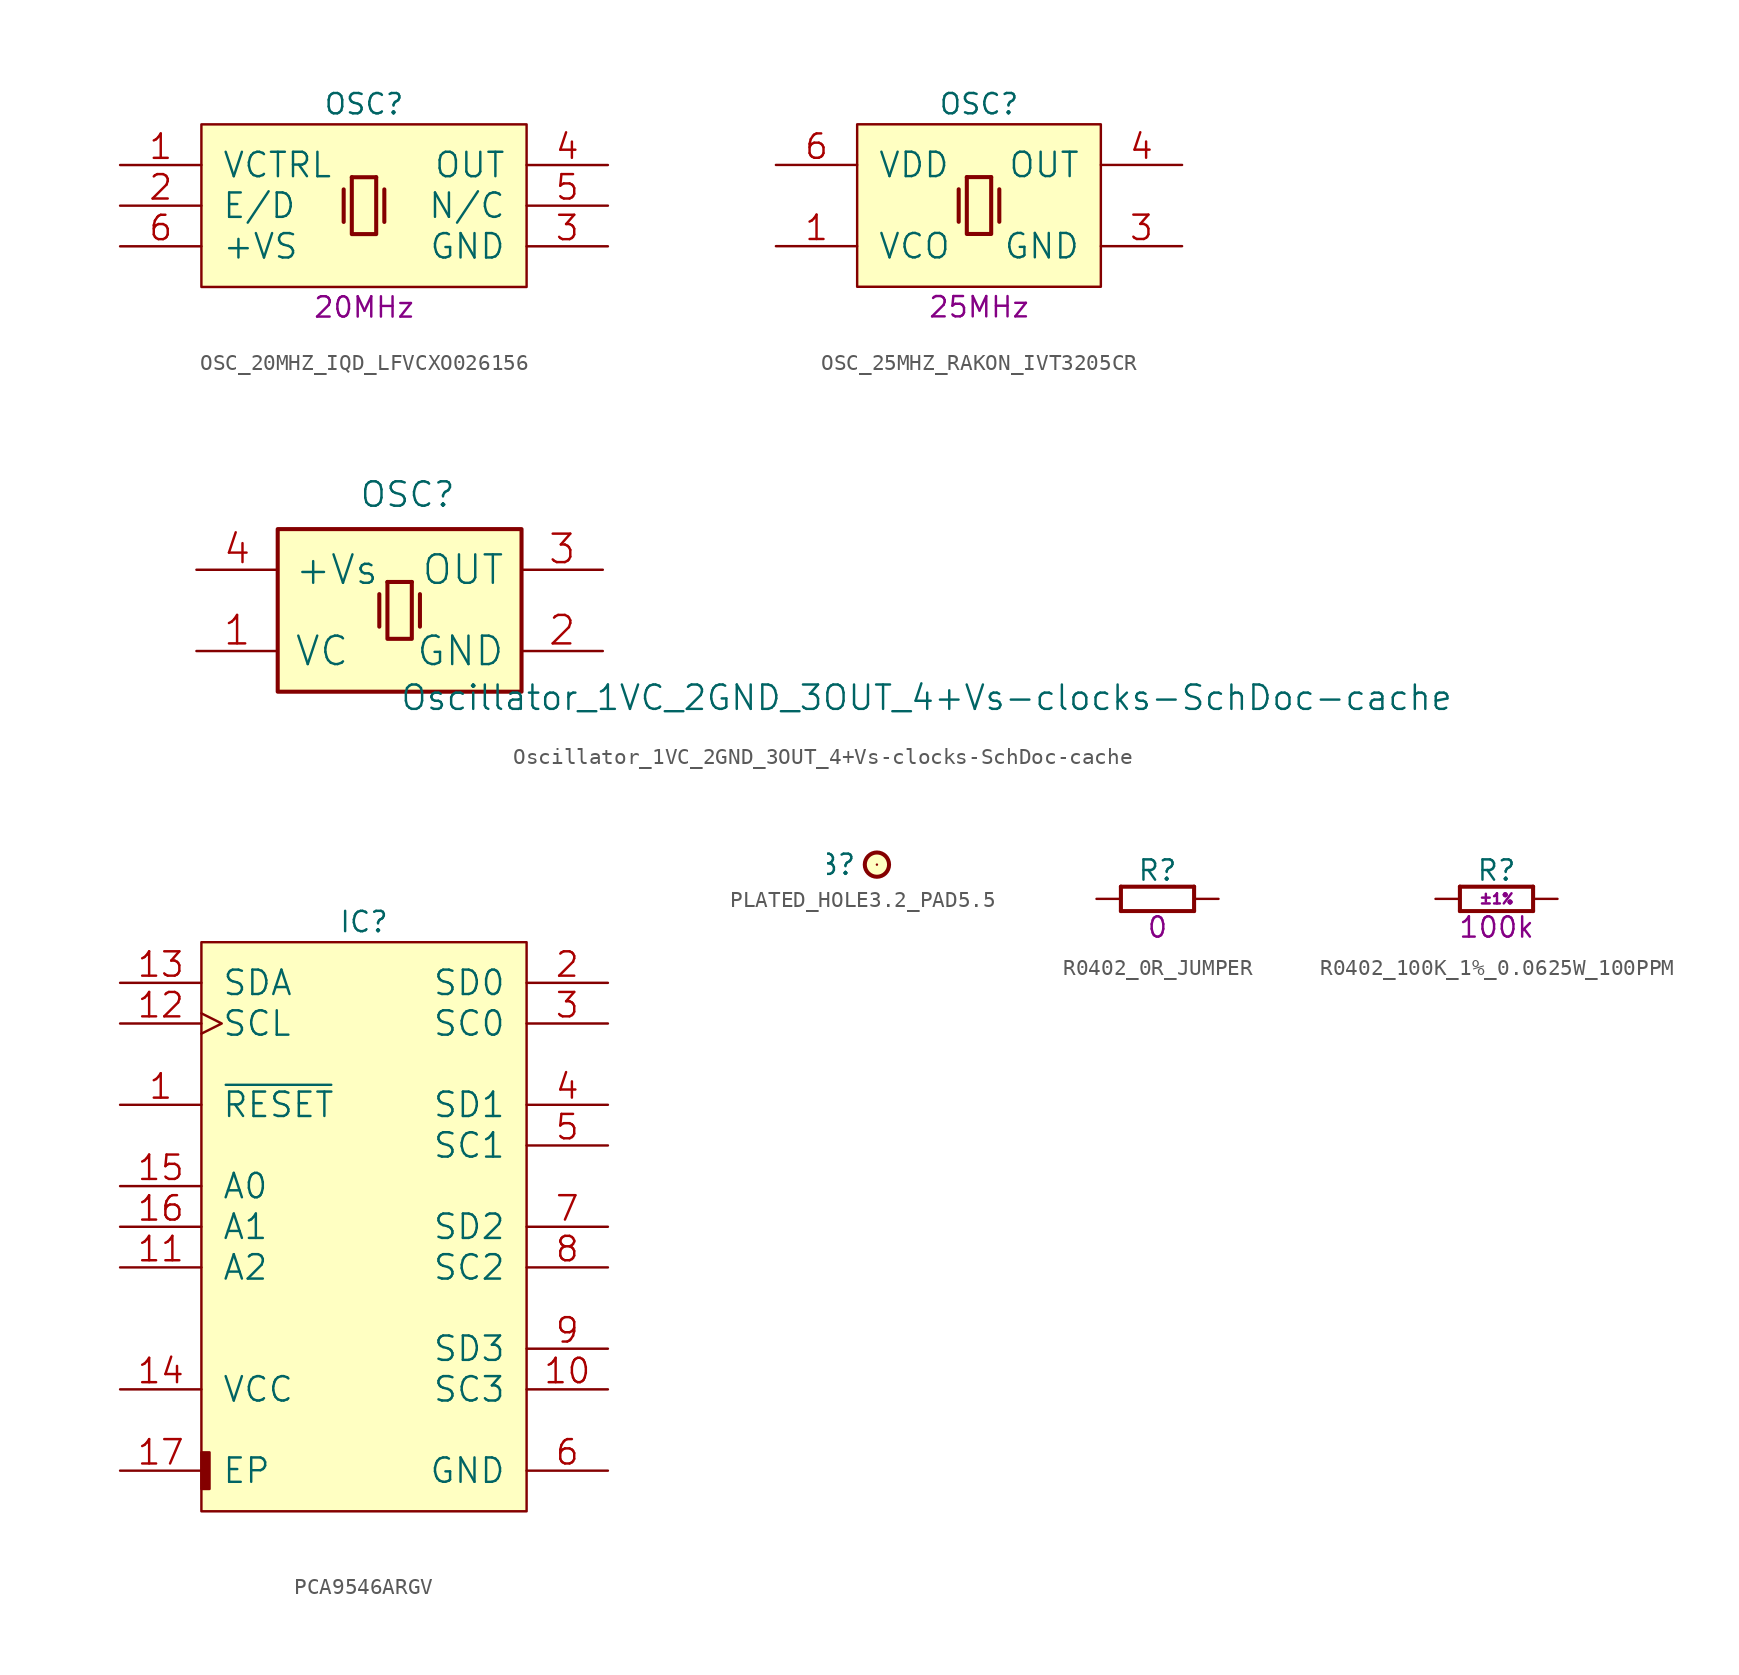
<source format=kicad_sym>
(kicad_symbol_lib
  (version 20241209)
  (generator "kicad_symbol_editor")
  (generator_version "9.0")
  (symbol "OSC_20MHZ_IQD_LFVCXO026156"
    (pin_names
      (offset 1.27))
    (property "Reference" "OSC"
      (at 10.16 1.27 0)
      (effects (font (size 1.27 1.27))))
    (property "Val" "20MHz"
      (at 10.16 -11.43 0)
      (effects (font (size 1.27 1.27))))
    (property "ki_locked" ""
      (at 0 0 0)
      (effects (font (size 1.27 1.27))))
    (symbol "OSC_20MHZ_IQD_LFVCXO026156_0_1"
      (rectangle (start 0 -10.16) (end 20.32 0) (stroke (width 0) (type default)) (fill (type background)))
      (polyline (pts (xy 8.89 -4.064) (xy 8.89 -6.096)) (stroke (width 0.254) (type default)) (fill (type none)))
      (polyline (pts (xy 9.398 -3.302) (xy 10.922 -3.302)) (stroke (width 0.254) (type default)) (fill (type none)))
      (polyline (pts (xy 10.922 -3.302) (xy 10.922 -6.858) (xy 9.398 -6.858) (xy 9.398 -3.302)) (stroke (width 0.254) (type default)) (fill (type none)))
      (polyline (pts (xy 11.43 -4.064) (xy 11.43 -6.096)) (stroke (width 0.254) (type default)) (fill (type none)))
      (pin input line (at -5.08 -2.54 0) (length 5.08) (name "VCTRL" (effects (font (size 1.524 1.524)))) (number "1" (effects (font (size 1.524 1.524)))))
      (pin input line (at -5.08 -5.08 0) (length 5.08) (name "E/D" (effects (font (size 1.524 1.524)))) (number "2" (effects (font (size 1.524 1.524)))))
      (pin power_in line (at -5.08 -7.62 0) (length 5.08) (name "+VS" (effects (font (size 1.524 1.524)))) (number "6" (effects (font (size 1.524 1.524)))))
      (pin output line (at 25.4 -2.54 180) (length 5.08) (name "OUT" (effects (font (size 1.524 1.524)))) (number "4" (effects (font (size 1.524 1.524)))))
      (pin passive line (at 25.4 -5.08 180) (length 5.08) (name "N/C" (effects (font (size 1.524 1.524)))) (number "5" (effects (font (size 1.524 1.524)))))
      (pin power_in line (at 25.4 -7.62 180) (length 5.08) (name "GND" (effects (font (size 1.524 1.524)))) (number "3" (effects (font (size 1.524 1.524)))))))
  (symbol "OSC_25MHZ_RAKON_IVT3205CR"
    (pin_names
      (offset 1.27))
    (property "Reference" "OSC"
      (at 7.62 1.27 0)
      (effects (font (size 1.27 1.27))))
    (property "Val" "25MHz"
      (at 7.62 -11.43 0)
      (effects (font (size 1.27 1.27))))
    (property "ki_locked" ""
      (at 0 0 0)
      (effects (font (size 1.27 1.27))))
    (symbol "OSC_25MHZ_RAKON_IVT3205CR_0_1"
      (rectangle (start 0 -10.16) (end 15.24 0) (stroke (width 0) (type default)) (fill (type background)))
      (polyline (pts (xy 6.35 -4.064) (xy 6.35 -6.096)) (stroke (width 0.254) (type default)) (fill (type none)))
      (polyline (pts (xy 6.858 -3.302) (xy 8.382 -3.302)) (stroke (width 0.254) (type default)) (fill (type none)))
      (polyline (pts (xy 8.382 -3.302) (xy 8.382 -6.858) (xy 6.858 -6.858) (xy 6.858 -3.302)) (stroke (width 0.254) (type default)) (fill (type none)))
      (polyline (pts (xy 8.89 -4.064) (xy 8.89 -6.096)) (stroke (width 0.254) (type default)) (fill (type none)))
      (pin power_in line (at -5.08 -2.54 0) (length 5.08) (name "VDD" (effects (font (size 1.524 1.524)))) (number "6" (effects (font (size 1.524 1.524)))))
      (pin input line (at -5.08 -7.62 0) (length 5.08) (name "VCO" (effects (font (size 1.524 1.524)))) (number "1" (effects (font (size 1.524 1.524)))))
      (pin output line (at 20.32 -2.54 180) (length 5.08) (name "OUT" (effects (font (size 1.524 1.524)))) (number "4" (effects (font (size 1.524 1.524)))))
      (pin power_in line (at 20.32 -7.62 180) (length 5.08) (name "GND" (effects (font (size 1.524 1.524)))) (number "3" (effects (font (size 1.524 1.524)))))))
  (symbol "Oscillator_1VC_2GND_3OUT_4+Vs-clocks-SchDoc-cache"
    (pin_names
      (offset 1.016))
    (property "Reference" "OSC"
      (at 5.08 1.27 0)
      (effects (font (size 1.524 1.524)) (justify left bottom)))
    (property "Value" "Oscillator_1VC_2GND_3OUT_4+Vs-clocks-SchDoc-cache"
      (at 7.62 -11.43 0)
      (effects (font (size 1.524 1.524)) (justify left bottom)))
    (property "Footprint" ""
      (at 0 0 0)
      (effects (font (size 1.524 1.524))))
    (property "Datasheet" ""
      (at 0 0 0)
      (effects (font (size 1.524 1.524))))
    (symbol "Oscillator_1VC_2GND_3OUT_4+Vs-clocks-SchDoc-cache_0_1"
      (rectangle (start 0 -10.16) (end 15.24 0) (stroke (width 0.254) (type default)) (fill (type background)))
      (polyline (pts (xy 6.35 -4.064) (xy 6.35 -6.096)) (stroke (width 0.254) (type default)) (fill (type none)))
      (polyline (pts (xy 6.858 -3.302) (xy 8.382 -3.302)) (stroke (width 0.254) (type default)) (fill (type none)))
      (polyline (pts (xy 8.382 -3.302) (xy 8.382 -6.858) (xy 6.858 -6.858) (xy 6.858 -3.302)) (stroke (width 0.254) (type default)) (fill (type none)))
      (polyline (pts (xy 8.89 -4.064) (xy 8.89 -6.096)) (stroke (width 0.254) (type default)) (fill (type none)))
      (pin power_in line (at -5.08 -2.54 0) (length 5.08) (name "+Vs" (effects (font (size 1.778 1.778)))) (number "4" (effects (font (size 1.778 1.778)))))
      (pin input line (at -5.08 -7.62 0) (length 5.08) (name "VC" (effects (font (size 1.778 1.778)))) (number "1" (effects (font (size 1.778 1.778)))))
      (pin output line (at 20.32 -2.54 180) (length 5.08) (name "OUT" (effects (font (size 1.778 1.778)))) (number "3" (effects (font (size 1.778 1.778)))))
      (pin power_in line (at 20.32 -7.62 180) (length 5.08) (name "GND" (effects (font (size 1.778 1.778)))) (number "2" (effects (font (size 1.778 1.778)))))))
  (symbol "PCA9546ARGV"
    (pin_names
      (offset 1.27))
    (property "Reference" "IC"
      (at 10.16 1.27 0)
      (effects (font (size 1.27 1.27))))
    (property "ki_locked" ""
      (at 0 0 0)
      (effects (font (size 1.27 1.27))))
    (symbol "PCA9546ARGV_0_1"
      (rectangle (start 0 -34.163) (end 0.508 -31.877) (stroke (width 0) (type solid)) (fill (type outline)))
      (rectangle (start 0 -35.56) (end 20.32 0) (stroke (width 0) (type solid)) (fill (type background)))
      (pin bidirectional line (at -5.08 -2.54 0) (length 5.08) (name "SDA" (effects (font (size 1.524 1.524)))) (number "13" (effects (font (size 1.524 1.524)))))
      (pin bidirectional clock (at -5.08 -5.08 0) (length 5.08) (name "SCL" (effects (font (size 1.524 1.524)))) (number "12" (effects (font (size 1.524 1.524)))))
      (pin input line (at -5.08 -10.16 0) (length 5.08) (name "~{RESET}" (effects (font (size 1.524 1.524)))) (number "1" (effects (font (size 1.524 1.524)))))
      (pin input line (at -5.08 -15.24 0) (length 5.08) (name "A0" (effects (font (size 1.524 1.524)))) (number "15" (effects (font (size 1.524 1.524)))))
      (pin input line (at -5.08 -17.78 0) (length 5.08) (name "A1" (effects (font (size 1.524 1.524)))) (number "16" (effects (font (size 1.524 1.524)))))
      (pin input line (at -5.08 -20.32 0) (length 5.08) (name "A2" (effects (font (size 1.524 1.524)))) (number "11" (effects (font (size 1.524 1.524)))))
      (pin power_in line (at -5.08 -27.94 0) (length 5.08) (name "VCC" (effects (font (size 1.524 1.524)))) (number "14" (effects (font (size 1.524 1.524)))))
      (pin passive line (at -5.08 -33.02 0) (length 5.08) (name "EP" (effects (font (size 1.524 1.524)))) (number "17" (effects (font (size 1.524 1.524)))))
      (pin bidirectional line (at 25.4 -2.54 180) (length 5.08) (name "SD0" (effects (font (size 1.524 1.524)))) (number "2" (effects (font (size 1.524 1.524)))))
      (pin bidirectional line (at 25.4 -5.08 180) (length 5.08) (name "SC0" (effects (font (size 1.524 1.524)))) (number "3" (effects (font (size 1.524 1.524)))))
      (pin bidirectional line (at 25.4 -10.16 180) (length 5.08) (name "SD1" (effects (font (size 1.524 1.524)))) (number "4" (effects (font (size 1.524 1.524)))))
      (pin bidirectional line (at 25.4 -12.7 180) (length 5.08) (name "SC1" (effects (font (size 1.524 1.524)))) (number "5" (effects (font (size 1.524 1.524)))))
      (pin bidirectional line (at 25.4 -17.78 180) (length 5.08) (name "SD2" (effects (font (size 1.524 1.524)))) (number "7" (effects (font (size 1.524 1.524)))))
      (pin bidirectional line (at 25.4 -20.32 180) (length 5.08) (name "SC2" (effects (font (size 1.524 1.524)))) (number "8" (effects (font (size 1.524 1.524)))))
      (pin bidirectional line (at 25.4 -25.4 180) (length 5.08) (name "SD3" (effects (font (size 1.524 1.524)))) (number "9" (effects (font (size 1.524 1.524)))))
      (pin bidirectional line (at 25.4 -27.94 180) (length 5.08) (name "SC3" (effects (font (size 1.524 1.524)))) (number "10" (effects (font (size 1.524 1.524)))))
      (pin power_in line (at 25.4 -33.02 180) (length 5.08) (name "GND" (effects (font (size 1.524 1.524)))) (number "6" (effects (font (size 1.524 1.524)))))))
  (symbol "PLATED_HOLE3.2_PAD5.5"
    (pin_names
      (offset 1.27))
    (property "Reference" "B"
      (at -1.27 0 0)
      (effects (font (size 1.27 1.27)) (justify right)))
    (property "ki_locked" ""
      (at 0 0 0)
      (effects (font (size 1.27 1.27))))
    (symbol "PLATED_HOLE3.2_PAD5.5_0_1"
      (circle (center 0 0) (radius 0.762) (stroke (width 0.254) (type solid)) (fill (type background)))
      (pin bidirectional line (at 0 0 180) (length 0) (name "1" (effects (font (size 0 0)))) (number "1" (effects (font (size 0 0)))))))
  (symbol "R0402_0R_JUMPER"
    (pin_names
      (offset 1.27))
    (property "Reference" "R"
      (at 3.81 1.778 0)
      (effects (font (size 1.27 1.27))))
    (property "Val" "0"
      (at 3.81 -1.778 0)
      (effects (font (size 1.27 1.27))))
    (property "ki_locked" ""
      (at 0 0 0)
      (effects (font (size 1.27 1.27))))
    (symbol "R0402_0R_JUMPER_0_1"
      (polyline (pts (xy 1.524 0.762) (xy 1.524 -0.762)) (stroke (width 0.254) (type default)) (fill (type none)))
      (polyline (pts (xy 1.524 -0.762) (xy 6.096 -0.762)) (stroke (width 0.254) (type default)) (fill (type none)))
      (polyline (pts (xy 6.096 0.762) (xy 1.524 0.762)) (stroke (width 0.254) (type default)) (fill (type none)))
      (polyline (pts (xy 6.096 -0.762) (xy 6.096 0.762)) (stroke (width 0.254) (type default)) (fill (type none)))
      (pin passive line (at 0 0 0) (length 1.524) (name "1" (effects (font (size 0 0)))) (number "1" (effects (font (size 0 0)))))
      (pin passive line (at 7.62 0 180) (length 1.524) (name "2" (effects (font (size 0 0)))) (number "2" (effects (font (size 0 0)))))))
  (symbol "R0402_100K_1%_0.0625W_100PPM"
    (pin_names
      (offset 1.27))
    (property "Reference" "R"
      (at 3.81 1.778 0)
      (effects (font (size 1.27 1.27))))
    (property "Tolerance" "±1%"
      (at 3.81 0 0)
      (effects (font (size 0.635 0.635))))
    (property "Val" "100k"
      (at 3.81 -1.778 0)
      (effects (font (size 1.27 1.27))))
    (property "ki_locked" ""
      (at 0 0 0)
      (effects (font (size 1.27 1.27))))
    (symbol "R0402_100K_1%_0.0625W_100PPM_0_1"
      (polyline (pts (xy 1.524 0.762) (xy 1.524 -0.762)) (stroke (width 0.254) (type solid)) (fill (type none)))
      (polyline (pts (xy 1.524 -0.762) (xy 6.096 -0.762)) (stroke (width 0.254) (type solid)) (fill (type none)))
      (polyline (pts (xy 6.096 0.762) (xy 1.524 0.762)) (stroke (width 0.254) (type solid)) (fill (type none)))
      (polyline (pts (xy 6.096 -0.762) (xy 6.096 0.762)) (stroke (width 0.254) (type solid)) (fill (type none)))
      (pin passive line (at 0 0 0) (length 1.524) (name "1" (effects (font (size 0 0)))) (number "1" (effects (font (size 0 0)))))
      (pin passive line (at 7.62 0 180) (length 1.524) (name "2" (effects (font (size 0 0)))) (number "2" (effects (font (size 0 0))))))))
</source>
